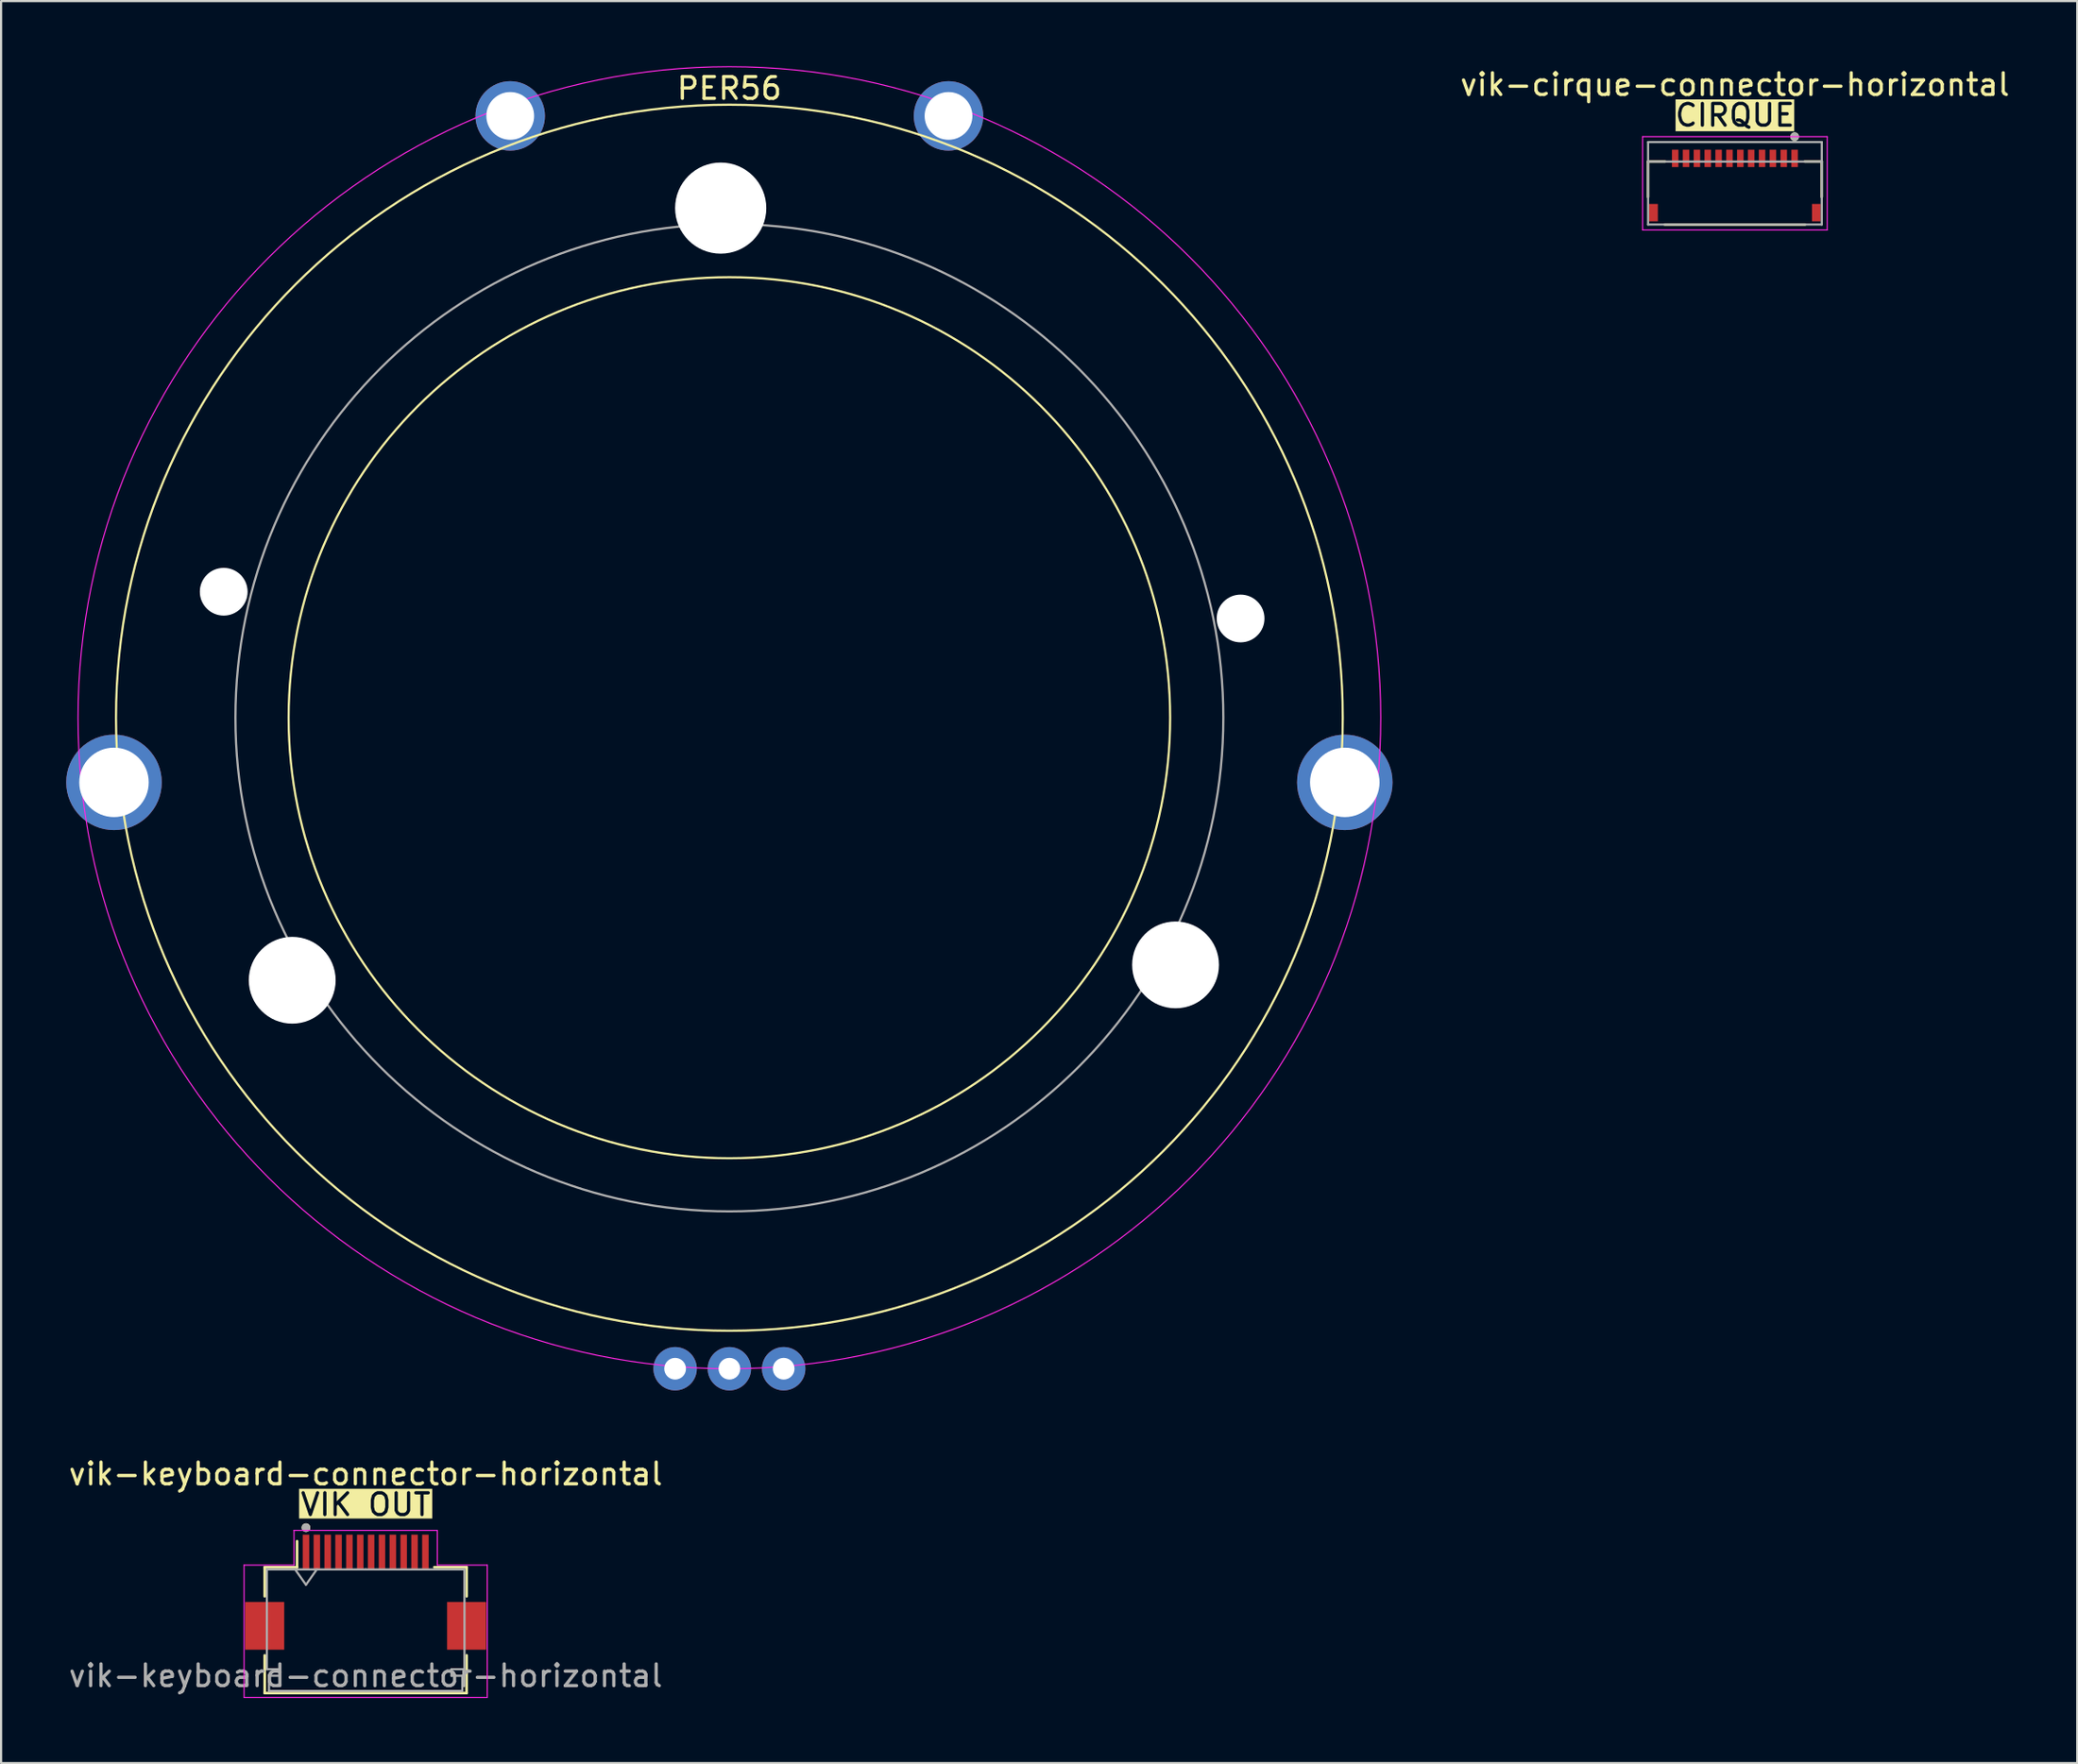
<source format=kicad_pcb>
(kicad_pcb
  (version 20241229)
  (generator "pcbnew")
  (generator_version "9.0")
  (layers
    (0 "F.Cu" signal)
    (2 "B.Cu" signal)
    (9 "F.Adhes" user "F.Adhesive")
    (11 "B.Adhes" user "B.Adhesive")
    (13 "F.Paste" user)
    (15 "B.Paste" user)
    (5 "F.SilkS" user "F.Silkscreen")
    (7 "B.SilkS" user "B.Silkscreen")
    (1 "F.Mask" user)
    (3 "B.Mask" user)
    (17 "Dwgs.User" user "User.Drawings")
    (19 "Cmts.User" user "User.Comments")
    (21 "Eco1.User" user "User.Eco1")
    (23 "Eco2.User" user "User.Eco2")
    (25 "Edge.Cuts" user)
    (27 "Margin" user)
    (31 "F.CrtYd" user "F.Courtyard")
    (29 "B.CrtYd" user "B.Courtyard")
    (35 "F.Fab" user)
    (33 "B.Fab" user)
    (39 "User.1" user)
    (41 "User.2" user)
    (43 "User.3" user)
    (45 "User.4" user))
  (footprint "vik-keyboard-connector-horizontal"
    (layer "F.Cu")
    (at 13.792 70.473)
    (property "Reference" "vik-keyboard-connector-horizontal" (at 0 -5.6 0) (layer "F.SilkS") (effects (font (size 1 1) (thickness 0.15))))
    (attr smd)
    (fp_line (start -4.65 -1.3) (end -4.65 0.04) (stroke (width 0.12) (type solid)) (layer "F.SilkS"))
    (fp_line (start -4.65 2.76) (end -4.65 4.5) (stroke (width 0.12) (type solid)) (layer "F.SilkS"))
    (fp_line (start -4.65 4.5) (end 4.65 4.5) (stroke (width 0.12) (type solid)) (layer "F.SilkS"))
    (fp_line (start -3.16 -1.3) (end -4.65 -1.3) (stroke (width 0.12) (type solid)) (layer "F.SilkS"))
    (fp_line (start -3.16 -1.3) (end -3.16 -2.5) (stroke (width 0.12) (type solid)) (layer "F.SilkS"))
    (fp_line (start 3.16 -1.3) (end 4.65 -1.3) (stroke (width 0.12) (type solid)) (layer "F.SilkS"))
    (fp_line (start 4.65 -1.3) (end 4.65 0.04) (stroke (width 0.12) (type solid)) (layer "F.SilkS"))
    (fp_line (start 4.65 4.5) (end 4.65 2.76) (stroke (width 0.12) (type solid)) (layer "F.SilkS"))
    (fp_circle (center -2.75 -3.125) (end -2.65 -3.125) (stroke (width 0.2) (type solid)) (fill no) (layer "F.SilkS"))
    (fp_line (start -5.6 -1.4) (end -5.6 4.7) (stroke (width 0.05) (type solid)) (layer "F.CrtYd"))
    (fp_line (start -3.3 -1.4) (end -5.6 -1.4) (stroke (width 0.05) (type default)) (layer "F.CrtYd"))
    (fp_line (start -3.3 -1.4) (end -3.3 -3) (stroke (width 0.05) (type default)) (layer "F.CrtYd"))
    (fp_line (start 3.3 -3) (end -3.3 -3) (stroke (width 0.05) (type solid)) (layer "F.CrtYd"))
    (fp_line (start 3.3 -1.4) (end 3.3 -3) (stroke (width 0.05) (type default)) (layer "F.CrtYd"))
    (fp_line (start 5.6 -1.4) (end 3.3 -1.4) (stroke (width 0.05) (type default)) (layer "F.CrtYd"))
    (fp_line (start 5.6 4.7) (end -5.6 4.7) (stroke (width 0.05) (type default)) (layer "F.CrtYd"))
    (fp_line (start 5.6 4.7) (end 5.6 -1.4) (stroke (width 0.05) (type solid)) (layer "F.CrtYd"))
    (fp_line (start -4.55 -1.2) (end -4.55 3.4) (stroke (width 0.1) (type solid)) (layer "F.Fab"))
    (fp_line (start -4.55 3.4) (end -3.95 3.4) (stroke (width 0.1) (type solid)) (layer "F.Fab"))
    (fp_line (start -4.45 3.7) (end -4.45 4.4) (stroke (width 0.1) (type solid)) (layer "F.Fab"))
    (fp_line (start -4.45 4.4) (end 0 4.4) (stroke (width 0.1) (type solid)) (layer "F.Fab"))
    (fp_line (start -3.95 3.4) (end -3.95 3.7) (stroke (width 0.1) (type solid)) (layer "F.Fab"))
    (fp_line (start -3.95 3.7) (end -4.45 3.7) (stroke (width 0.1) (type solid)) (layer "F.Fab"))
    (fp_line (start -3.25 -1.2) (end -2.75 -0.493) (stroke (width 0.1) (type solid)) (layer "F.Fab"))
    (fp_line (start -2.75 -0.493) (end -2.25 -1.2) (stroke (width 0.1) (type solid)) (layer "F.Fab"))
    (fp_line (start 0 -1.2) (end -4.55 -1.2) (stroke (width 0.1) (type solid)) (layer "F.Fab"))
    (fp_line (start 0 -1.2) (end 4.55 -1.2) (stroke (width 0.1) (type solid)) (layer "F.Fab"))
    (fp_line (start 3.95 3.4) (end 3.95 3.7) (stroke (width 0.1) (type solid)) (layer "F.Fab"))
    (fp_line (start 3.95 3.7) (end 4.45 3.7) (stroke (width 0.1) (type solid)) (layer "F.Fab"))
    (fp_line (start 4.45 3.7) (end 4.45 4.4) (stroke (width 0.1) (type solid)) (layer "F.Fab"))
    (fp_line (start 4.45 4.4) (end 0 4.4) (stroke (width 0.1) (type solid)) (layer "F.Fab"))
    (fp_line (start 4.55 -1.2) (end 4.55 3.4) (stroke (width 0.1) (type solid)) (layer "F.Fab"))
    (fp_line (start 4.55 3.4) (end 3.95 3.4) (stroke (width 0.1) (type solid)) (layer "F.Fab"))
    (fp_circle (center -2.75 -3.125) (end -2.65 -3.125) (stroke (width 0.2) (type solid)) (fill no) (layer "F.Fab"))
    (fp_text user "VIK OUT" (at 0 -3.6 0) (unlocked yes) (layer "F.SilkS" knockout) (effects (font (size 1 1) (thickness 0.15)) (justify bottom)))
    (fp_text user "${REFERENCE}" (at 0 3.7 0) (layer "F.Fab") (effects (font (size 1 1) (thickness 0.15))))
    (pad "1" smd rect (at -2.75 -2) (size 0.3 1.6) (layers "F.Cu" "F.Mask" "F.Paste"))
    (pad "2" smd rect (at -2.25 -2) (size 0.3 1.6) (layers "F.Cu" "F.Mask" "F.Paste"))
    (pad "3" smd rect (at -1.75 -2) (size 0.3 1.6) (layers "F.Cu" "F.Mask" "F.Paste"))
    (pad "4" smd rect (at -1.25 -2) (size 0.3 1.6) (layers "F.Cu" "F.Mask" "F.Paste"))
    (pad "5" smd rect (at -0.75 -2) (size 0.3 1.6) (layers "F.Cu" "F.Mask" "F.Paste"))
    (pad "6" smd rect (at -0.25 -2) (size 0.3 1.6) (layers "F.Cu" "F.Mask" "F.Paste"))
    (pad "7" smd rect (at 0.25 -2) (size 0.3 1.6) (layers "F.Cu" "F.Mask" "F.Paste"))
    (pad "8" smd rect (at 0.75 -2) (size 0.3 1.6) (layers "F.Cu" "F.Mask" "F.Paste"))
    (pad "9" smd rect (at 1.25 -2) (size 0.3 1.6) (layers "F.Cu" "F.Mask" "F.Paste"))
    (pad "10" smd rect (at 1.75 -2) (size 0.3 1.6) (layers "F.Cu" "F.Mask" "F.Paste"))
    (pad "11" smd rect (at 2.25 -2) (size 0.3 1.6) (layers "F.Cu" "F.Mask" "F.Paste"))
    (pad "12" smd rect (at 2.75 -2) (size 0.3 1.6) (layers "F.Cu" "F.Mask" "F.Paste"))
    (pad "MP" smd rect (at -4.65 1.4) (size 1.8 2.2) (layers "F.Cu" "F.Mask" "F.Paste"))
    (pad "MP" smd rect (at 4.65 1.4) (size 1.8 2.2) (layers "F.Cu" "F.Mask" "F.Paste")))
  (footprint "PER56"
    (layer "F.Cu")
    (at 30.544 30.025)
    (property "Reference" "PER56" (at 0 -29 0) (unlocked yes) (layer "F.SilkS") (effects (font (size 1 1) (thickness 0.15))))
    (attr through_hole exclude_from_pos_files)
    (fp_circle (center 0 0) (end 20.3 0) (stroke (width 0.1) (type solid)) (fill no) (layer "F.SilkS"))
    (fp_circle (center 0 0) (end 28.25 0) (stroke (width 0.1) (type solid)) (fill no) (layer "F.SilkS"))
    (fp_circle (center 0 0) (end 30 0) (stroke (width 0.05) (type default)) (fill no) (layer "F.CrtYd"))
    (fp_circle (center 0 0) (end 22.75 0) (stroke (width 0.1) (type solid)) (fill no) (layer "F.Fab"))
    (fp_circle (center -28.344 2.979) (end -26.594 2.979) (stroke (width 0.1) (type solid)) (fill no) (layer "User.7"))
    (fp_circle (center -23.29 -5.806) (end -22.19 -5.806) (stroke (width 0.1) (type solid)) (fill no) (layer "User.7"))
    (fp_circle (center -20.135 12.098) (end -18.135 12.098) (stroke (width 0.1) (type solid)) (fill no) (layer "User.7"))
    (fp_circle (center -10.094 -27.733) (end -8.994 -27.733) (stroke (width 0.1) (type solid)) (fill no) (layer "User.7"))
    (fp_circle (center -0.4 -23.485) (end 1.6 -23.485) (stroke (width 0.1) (type solid)) (fill no) (layer "User.7"))
    (fp_circle (center 10.092 -27.733) (end 11.192 -27.733) (stroke (width 0.1) (type solid)) (fill no) (layer "User.7"))
    (fp_circle (center 20.549 11.39) (end 22.549 11.39) (stroke (width 0.1) (type solid)) (fill no) (layer "User.7"))
    (fp_circle (center 23.544 -4.573) (end 24.644 -4.573) (stroke (width 0.1) (type solid)) (fill no) (layer "User.7"))
    (fp_circle (center 28.344 2.979) (end 30.094 2.979) (stroke (width 0.1) (type solid)) (fill no) (layer "User.7"))
    (pad "" np_thru_hole circle (at -23.29 -5.806) (size 2.2 2.2) (drill 2.2) (layers "*.Cu" "*.Mask"))
    (pad "" np_thru_hole circle (at -20.135 12.098) (size 4 4) (drill 4) (layers "*.Cu" "*.Mask"))
    (pad "" np_thru_hole circle (at -0.4 -23.485) (size 4.2 4.2) (drill 4.2) (layers "*.Cu" "*.Mask"))
    (pad "" np_thru_hole circle (at 20.549 11.39) (size 4 4) (drill 4) (layers "*.Cu" "*.Mask"))
    (pad "" np_thru_hole circle (at 23.544 -4.573) (size 2.2 2.2) (drill 2.2) (layers "*.Cu" "*.Mask"))
    (pad "A" thru_hole circle (at -2.5 30) (size 2 2) (drill 1) (layers "*.Cu" "*.Mask"))
    (pad "B" thru_hole circle (at 2.5 30) (size 2 2) (drill 1) (layers "*.Cu" "*.Mask"))
    (pad "C" thru_hole circle (at 0 30) (size 2 2) (drill 1) (layers "*.Cu" "*.Mask"))
    (pad "MP" thru_hole circle (at -28.344 2.979) (size 4.4 4.4) (drill oval 3.2) (layers "*.Cu" "*.Mask"))
    (pad "MP" thru_hole circle (at -10.094 -27.733) (size 3.2 3.2) (drill 2.2) (layers "*.Cu" "*.Mask"))
    (pad "MP" thru_hole circle (at 10.092 -27.733) (size 3.2 3.2) (drill 2.2) (layers "*.Cu" "*.Mask"))
    (pad "MP" thru_hole circle (at 28.344 2.979) (size 4.4 4.4) (drill oval 3.2) (layers "*.Cu" "*.Mask")))
  (footprint "vik-cirque-connector-horizontal"
    (layer "F.Cu")
    (at 76.856 6.748)
    (property "Reference" "vik-cirque-connector-horizontal" (at 0 -5.9 0) (layer "F.SilkS") (effects (font (size 1 1) (thickness 0.15))))
    (attr smd)
    (fp_line (start -4 -2.35) (end -4 -0.72) (stroke (width 0.12) (type solid)) (layer "F.SilkS"))
    (fp_line (start -3.23 0.55) (end 3.23 0.55) (stroke (width 0.12) (type solid)) (layer "F.SilkS"))
    (fp_line (start -3.22 -2.35) (end -4 -2.35) (stroke (width 0.12) (type solid)) (layer "F.SilkS"))
    (fp_line (start 3.22 -2.35) (end 4 -2.35) (stroke (width 0.12) (type solid)) (layer "F.SilkS"))
    (fp_line (start 4 -2.35) (end 4 -0.72) (stroke (width 0.12) (type solid)) (layer "F.SilkS"))
    (fp_circle (center 2.75 -3.5) (end 2.85 -3.5) (stroke (width 0.2) (type solid)) (fill no) (layer "F.SilkS"))
    (fp_poly (pts (xy -2.875 -2.9) (xy -2.625 -2.9) (xy -2.625 -2.25) (xy -2.875 -2.25)) (stroke (width 0.01) (type solid)) (fill yes) (layer "F.Paste"))
    (fp_poly (pts (xy -2.375 -2.9) (xy -2.125 -2.9) (xy -2.125 -2.25) (xy -2.375 -2.25)) (stroke (width 0.01) (type solid)) (fill yes) (layer "F.Paste"))
    (fp_poly (pts (xy -1.875 -2.9) (xy -1.625 -2.9) (xy -1.625 -2.25) (xy -1.875 -2.25)) (stroke (width 0.01) (type solid)) (fill yes) (layer "F.Paste"))
    (fp_poly (pts (xy -1.375 -2.9) (xy -1.125 -2.9) (xy -1.125 -2.25) (xy -1.375 -2.25)) (stroke (width 0.01) (type solid)) (fill yes) (layer "F.Paste"))
    (fp_poly (pts (xy -0.875 -2.9) (xy -0.625 -2.9) (xy -0.625 -2.25) (xy -0.875 -2.25)) (stroke (width 0.01) (type solid)) (fill yes) (layer "F.Paste"))
    (fp_poly (pts (xy -0.375 -2.9) (xy -0.125 -2.9) (xy -0.125 -2.25) (xy -0.375 -2.25)) (stroke (width 0.01) (type solid)) (fill yes) (layer "F.Paste"))
    (fp_poly (pts (xy 0.125 -2.9) (xy 0.375 -2.9) (xy 0.375 -2.25) (xy 0.125 -2.25)) (stroke (width 0.01) (type solid)) (fill yes) (layer "F.Paste"))
    (fp_poly (pts (xy 0.625 -2.9) (xy 0.875 -2.9) (xy 0.875 -2.25) (xy 0.625 -2.25)) (stroke (width 0.01) (type solid)) (fill yes) (layer "F.Paste"))
    (fp_poly (pts (xy 1.125 -2.9) (xy 1.375 -2.9) (xy 1.375 -2.25) (xy 1.125 -2.25)) (stroke (width 0.01) (type solid)) (fill yes) (layer "F.Paste"))
    (fp_poly (pts (xy 1.625 -2.9) (xy 1.875 -2.9) (xy 1.875 -2.25) (xy 1.625 -2.25)) (stroke (width 0.01) (type solid)) (fill yes) (layer "F.Paste"))
    (fp_poly (pts (xy 2.125 -2.9) (xy 2.375 -2.9) (xy 2.375 -2.25) (xy 2.125 -2.25)) (stroke (width 0.01) (type solid)) (fill yes) (layer "F.Paste"))
    (fp_poly (pts (xy 2.625 -2.9) (xy 2.875 -2.9) (xy 2.875 -2.25) (xy 2.625 -2.25)) (stroke (width 0.01) (type solid)) (fill yes) (layer "F.Paste"))
    (fp_line (start -4.25 -3.5) (end -4.25 0.8) (stroke (width 0.05) (type solid)) (layer "F.CrtYd"))
    (fp_line (start -4.25 0.8) (end 4.25 0.8) (stroke (width 0.05) (type solid)) (layer "F.CrtYd"))
    (fp_line (start 4.25 -3.5) (end -4.25 -3.5) (stroke (width 0.05) (type solid)) (layer "F.CrtYd"))
    (fp_line (start 4.25 0.8) (end 4.25 -3.5) (stroke (width 0.05) (type solid)) (layer "F.CrtYd"))
    (fp_line (start -4 -3.25) (end 4 -3.25) (stroke (width 0.1) (type solid)) (layer "F.Fab"))
    (fp_line (start -4 -2.35) (end 4 -2.35) (stroke (width 0.1) (type solid)) (layer "F.Fab"))
    (fp_line (start -4 0.55) (end -4 -3.25) (stroke (width 0.1) (type solid)) (layer "F.Fab"))
    (fp_line (start 4 -3.25) (end 4 0.55) (stroke (width 0.1) (type solid)) (layer "F.Fab"))
    (fp_line (start 4 0.55) (end -4 0.55) (stroke (width 0.1) (type solid)) (layer "F.Fab"))
    (fp_circle (center 2.75 -3.5) (end 2.85 -3.5) (stroke (width 0.2) (type solid)) (fill no) (layer "F.Fab"))
    (fp_text user "CIRQUE" (at 0 -3.9 0) (unlocked yes) (layer "F.SilkS" knockout) (effects (font (size 1 1) (thickness 0.15)) (justify bottom)))
    (pad "1" smd rect (at 2.75 -2.5) (size 0.3 0.8) (layers "F.Cu" "F.Mask"))
    (pad "2" smd rect (at 2.25 -2.5) (size 0.3 0.8) (layers "F.Cu" "F.Mask"))
    (pad "3" smd rect (at 1.75 -2.5) (size 0.3 0.8) (layers "F.Cu" "F.Mask"))
    (pad "4" smd rect (at 1.25 -2.5) (size 0.3 0.8) (layers "F.Cu" "F.Mask"))
    (pad "5" smd rect (at 0.75 -2.5) (size 0.3 0.8) (layers "F.Cu" "F.Mask"))
    (pad "6" smd rect (at 0.25 -2.5) (size 0.3 0.8) (layers "F.Cu" "F.Mask"))
    (pad "7" smd rect (at -0.25 -2.5) (size 0.3 0.8) (layers "F.Cu" "F.Mask"))
    (pad "8" smd rect (at -0.75 -2.5) (size 0.3 0.8) (layers "F.Cu" "F.Mask"))
    (pad "9" smd rect (at -1.25 -2.5) (size 0.3 0.8) (layers "F.Cu" "F.Mask"))
    (pad "10" smd rect (at -1.75 -2.5) (size 0.3 0.8) (layers "F.Cu" "F.Mask"))
    (pad "11" smd rect (at -2.25 -2.5) (size 0.3 0.8) (layers "F.Cu" "F.Mask"))
    (pad "12" smd rect (at -2.75 -2.5) (size 0.3 0.8) (layers "F.Cu" "F.Mask"))
    (pad "MP" smd rect (at -3.75 0) (size 0.4 0.8) (layers "F.Cu" "F.Mask" "F.Paste"))
    (pad "MP" smd rect (at 3.75 0) (size 0.4 0.8) (layers "F.Cu" "F.Mask" "F.Paste")))
  (gr_rect
    (start -3 -3)
    (end 92.623 78.198)
    (stroke (width 0.1) (type default))
    (fill no)
    (layer "Edge.Cuts")))
</source>
